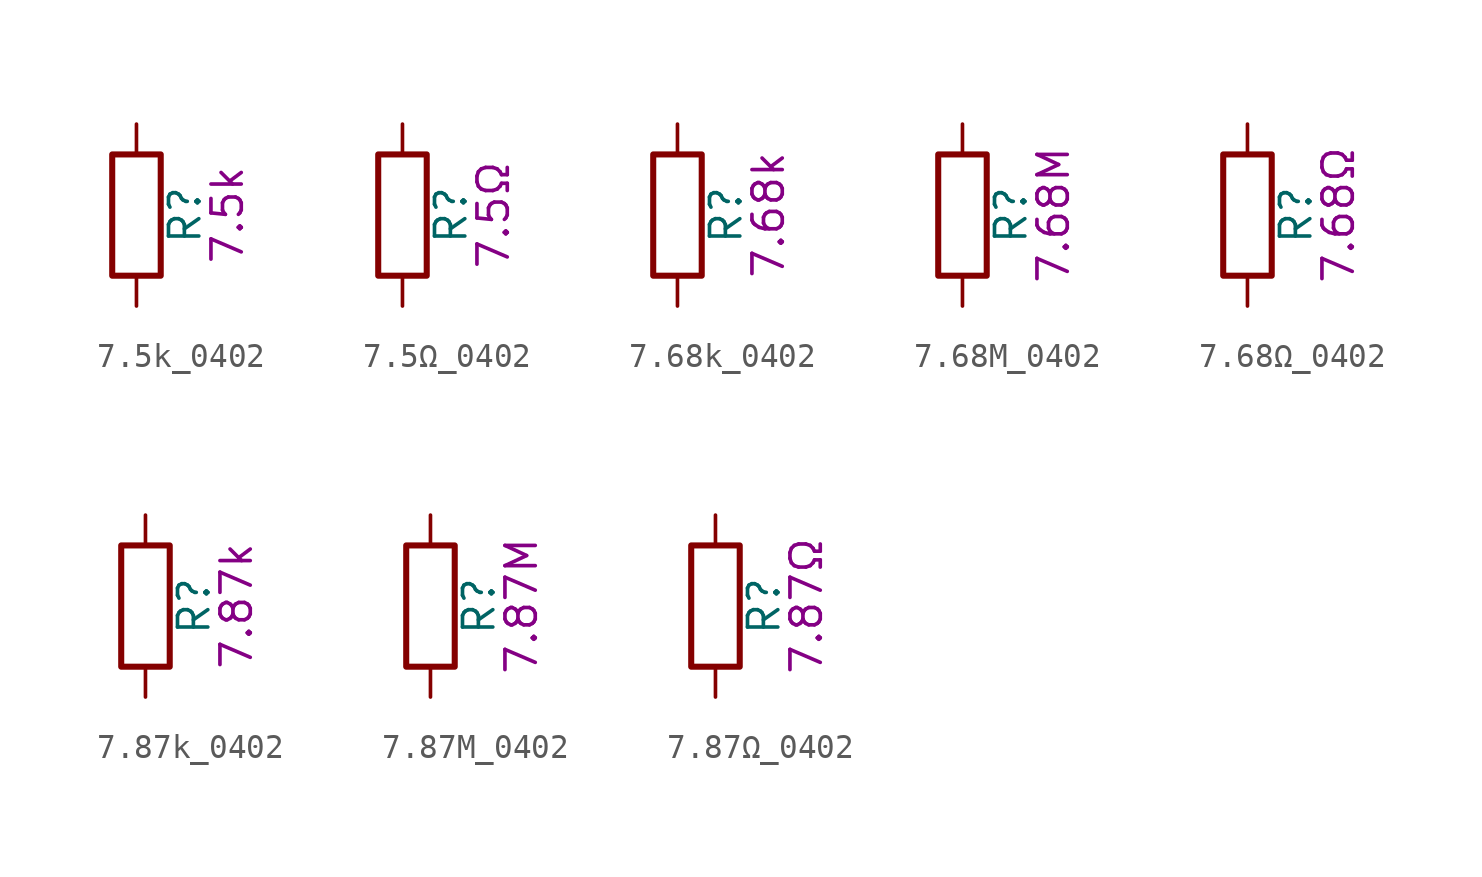
<source format=kicad_sym>
(kicad_symbol_lib
  (version 20211014)
  (generator kicad_symbol_editor)
  (symbol "7.5k_0402"
    (pin_numbers hide)
    (pin_names
      (offset 0))
    (property "Reference" "R"
      (at 2.032 0 90)
      (effects (font (size 1.27 1.27))))
    (property "Display" "7.5k"
      (at 3.81 0 90)
      (effects (font (size 1.27 1.27))))
    (symbol "7.5k_0402_0_1"
      (rectangle (start -1.016 -2.54) (end 1.016 2.54) (stroke (width 0.254) (type default) (color 0 0 0 0)) (fill (type none))))
    (symbol "7.5k_0402_1_1"
      (pin passive line (at 0 3.81 270) (length 1.27) (name "~" (effects (font (size 1.27 1.27)))) (number "1" (effects (font (size 1.27 1.27)))))
      (pin passive line (at 0 -3.81 90) (length 1.27) (name "~" (effects (font (size 1.27 1.27)))) (number "2" (effects (font (size 1.27 1.27)))))))
  (symbol "7.5Ω_0402"
    (pin_numbers hide)
    (pin_names
      (offset 0))
    (property "Reference" "R"
      (at 2.032 0 90)
      (effects (font (size 1.27 1.27))))
    (property "Display" "7.5Ω"
      (at 3.81 0 90)
      (effects (font (size 1.27 1.27))))
    (symbol "7.5Ω_0402_0_1"
      (rectangle (start -1.016 -2.54) (end 1.016 2.54) (stroke (width 0.254) (type default) (color 0 0 0 0)) (fill (type none))))
    (symbol "7.5Ω_0402_1_1"
      (pin passive line (at 0 3.81 270) (length 1.27) (name "~" (effects (font (size 1.27 1.27)))) (number "1" (effects (font (size 1.27 1.27)))))
      (pin passive line (at 0 -3.81 90) (length 1.27) (name "~" (effects (font (size 1.27 1.27)))) (number "2" (effects (font (size 1.27 1.27)))))))
  (symbol "7.68k_0402"
    (pin_numbers hide)
    (pin_names
      (offset 0))
    (property "Reference" "R"
      (at 2.032 0 90)
      (effects (font (size 1.27 1.27))))
    (property "Display" "7.68k"
      (at 3.81 0 90)
      (effects (font (size 1.27 1.27))))
    (symbol "7.68k_0402_0_1"
      (rectangle (start -1.016 -2.54) (end 1.016 2.54) (stroke (width 0.254) (type default) (color 0 0 0 0)) (fill (type none))))
    (symbol "7.68k_0402_1_1"
      (pin passive line (at 0 3.81 270) (length 1.27) (name "~" (effects (font (size 1.27 1.27)))) (number "1" (effects (font (size 1.27 1.27)))))
      (pin passive line (at 0 -3.81 90) (length 1.27) (name "~" (effects (font (size 1.27 1.27)))) (number "2" (effects (font (size 1.27 1.27)))))))
  (symbol "7.68M_0402"
    (pin_numbers hide)
    (pin_names
      (offset 0))
    (property "Reference" "R"
      (at 2.032 0 90)
      (effects (font (size 1.27 1.27))))
    (property "Display" "7.68M"
      (at 3.81 0 90)
      (effects (font (size 1.27 1.27))))
    (symbol "7.68M_0402_0_1"
      (rectangle (start -1.016 -2.54) (end 1.016 2.54) (stroke (width 0.254) (type default) (color 0 0 0 0)) (fill (type none))))
    (symbol "7.68M_0402_1_1"
      (pin passive line (at 0 3.81 270) (length 1.27) (name "~" (effects (font (size 1.27 1.27)))) (number "1" (effects (font (size 1.27 1.27)))))
      (pin passive line (at 0 -3.81 90) (length 1.27) (name "~" (effects (font (size 1.27 1.27)))) (number "2" (effects (font (size 1.27 1.27)))))))
  (symbol "7.68Ω_0402"
    (pin_numbers hide)
    (pin_names
      (offset 0))
    (property "Reference" "R"
      (at 2.032 0 90)
      (effects (font (size 1.27 1.27))))
    (property "Display" "7.68Ω"
      (at 3.81 0 90)
      (effects (font (size 1.27 1.27))))
    (symbol "7.68Ω_0402_0_1"
      (rectangle (start -1.016 -2.54) (end 1.016 2.54) (stroke (width 0.254) (type default) (color 0 0 0 0)) (fill (type none))))
    (symbol "7.68Ω_0402_1_1"
      (pin passive line (at 0 3.81 270) (length 1.27) (name "~" (effects (font (size 1.27 1.27)))) (number "1" (effects (font (size 1.27 1.27)))))
      (pin passive line (at 0 -3.81 90) (length 1.27) (name "~" (effects (font (size 1.27 1.27)))) (number "2" (effects (font (size 1.27 1.27)))))))
  (symbol "7.87k_0402"
    (pin_numbers hide)
    (pin_names
      (offset 0))
    (property "Reference" "R"
      (at 2.032 0 90)
      (effects (font (size 1.27 1.27))))
    (property "Display" "7.87k"
      (at 3.81 0 90)
      (effects (font (size 1.27 1.27))))
    (symbol "7.87k_0402_0_1"
      (rectangle (start -1.016 -2.54) (end 1.016 2.54) (stroke (width 0.254) (type default) (color 0 0 0 0)) (fill (type none))))
    (symbol "7.87k_0402_1_1"
      (pin passive line (at 0 3.81 270) (length 1.27) (name "~" (effects (font (size 1.27 1.27)))) (number "1" (effects (font (size 1.27 1.27)))))
      (pin passive line (at 0 -3.81 90) (length 1.27) (name "~" (effects (font (size 1.27 1.27)))) (number "2" (effects (font (size 1.27 1.27)))))))
  (symbol "7.87M_0402"
    (pin_numbers hide)
    (pin_names
      (offset 0))
    (property "Reference" "R"
      (at 2.032 0 90)
      (effects (font (size 1.27 1.27))))
    (property "Display" "7.87M"
      (at 3.81 0 90)
      (effects (font (size 1.27 1.27))))
    (symbol "7.87M_0402_0_1"
      (rectangle (start -1.016 -2.54) (end 1.016 2.54) (stroke (width 0.254) (type default) (color 0 0 0 0)) (fill (type none))))
    (symbol "7.87M_0402_1_1"
      (pin passive line (at 0 3.81 270) (length 1.27) (name "~" (effects (font (size 1.27 1.27)))) (number "1" (effects (font (size 1.27 1.27)))))
      (pin passive line (at 0 -3.81 90) (length 1.27) (name "~" (effects (font (size 1.27 1.27)))) (number "2" (effects (font (size 1.27 1.27)))))))
  (symbol "7.87Ω_0402"
    (pin_numbers hide)
    (pin_names
      (offset 0))
    (property "Reference" "R"
      (at 2.032 0 90)
      (effects (font (size 1.27 1.27))))
    (property "Display" "7.87Ω"
      (at 3.81 0 90)
      (effects (font (size 1.27 1.27))))
    (symbol "7.87Ω_0402_0_1"
      (rectangle (start -1.016 -2.54) (end 1.016 2.54) (stroke (width 0.254) (type default) (color 0 0 0 0)) (fill (type none))))
    (symbol "7.87Ω_0402_1_1"
      (pin passive line (at 0 3.81 270) (length 1.27) (name "~" (effects (font (size 1.27 1.27)))) (number "1" (effects (font (size 1.27 1.27)))))
      (pin passive line (at 0 -3.81 90) (length 1.27) (name "~" (effects (font (size 1.27 1.27)))) (number "2" (effects (font (size 1.27 1.27))))))))
</source>
